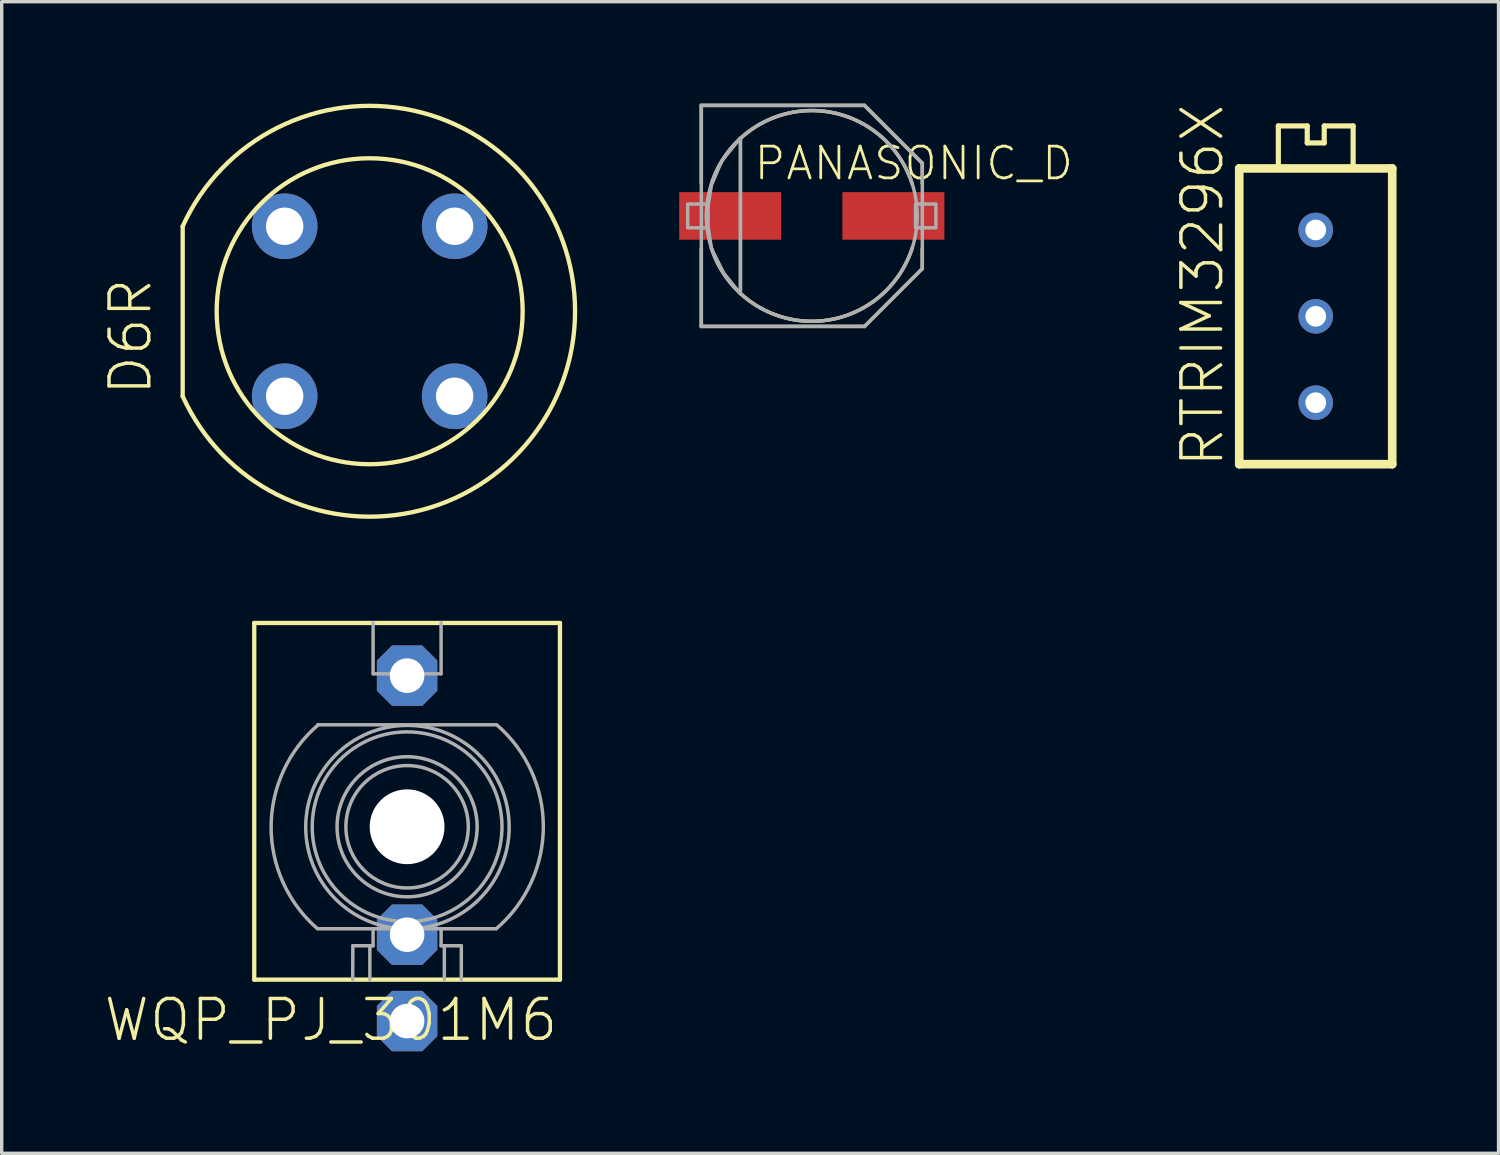
<source format=kicad_pcb>
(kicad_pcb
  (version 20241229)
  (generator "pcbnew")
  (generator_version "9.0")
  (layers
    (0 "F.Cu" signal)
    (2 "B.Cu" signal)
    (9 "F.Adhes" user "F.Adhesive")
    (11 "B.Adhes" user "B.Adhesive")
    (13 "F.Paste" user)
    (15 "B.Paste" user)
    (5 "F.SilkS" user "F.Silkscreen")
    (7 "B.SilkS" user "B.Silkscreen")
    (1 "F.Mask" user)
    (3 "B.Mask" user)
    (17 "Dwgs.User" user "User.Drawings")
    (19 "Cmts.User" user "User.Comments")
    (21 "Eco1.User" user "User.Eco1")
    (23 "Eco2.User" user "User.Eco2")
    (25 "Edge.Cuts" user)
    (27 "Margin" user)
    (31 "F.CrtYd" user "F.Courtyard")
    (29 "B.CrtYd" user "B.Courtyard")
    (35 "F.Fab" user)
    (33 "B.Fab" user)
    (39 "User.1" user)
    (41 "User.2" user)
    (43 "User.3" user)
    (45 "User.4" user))
  (footprint "PANASONIC_D"
    (layer "F.Cu")
    (at 20.828 3.301)
    (property "Reference" "PANASONIC_D" (at -1.75 -1 0) (layer "F.SilkS") (effects (font (size 0.935 0.935) (thickness 0.081)) (justify left bottom)))
    (fp_line (start -3.25 -3.25) (end 1.55 -3.25) (stroke (width 0.102) (type solid)) (layer "F.SilkS"))
    (fp_line (start -3.25 -0.95) (end -3.25 -3.25) (stroke (width 0.102) (type solid)) (layer "F.SilkS"))
    (fp_line (start -3.25 3.25) (end -3.25 0.95) (stroke (width 0.102) (type solid)) (layer "F.SilkS"))
    (fp_line (start 1.55 -3.25) (end 3.25 -1.55) (stroke (width 0.102) (type solid)) (layer "F.SilkS"))
    (fp_line (start 1.55 3.25) (end -3.25 3.25) (stroke (width 0.102) (type solid)) (layer "F.SilkS"))
    (fp_line (start 3.25 -1.55) (end 3.25 -0.95) (stroke (width 0.102) (type solid)) (layer "F.SilkS"))
    (fp_line (start 3.25 0.95) (end 3.25 1.55) (stroke (width 0.102) (type solid)) (layer "F.SilkS"))
    (fp_line (start 3.25 1.55) (end 1.55 3.25) (stroke (width 0.102) (type solid)) (layer "F.SilkS"))
    (fp_arc (start -2.95 -0.95) (mid 0 -3.099193) (end 2.95 -0.95) (stroke (width 0.1016) (type solid)) (layer "F.SilkS"))
    (fp_arc (start 2.95 0.95) (mid 0 3.099193) (end -2.95 0.95) (stroke (width 0.1016) (type solid)) (layer "F.SilkS"))
    (fp_line (start -3.25 -3.25) (end 1.55 -3.25) (stroke (width 0.102) (type solid)) (layer "F.Fab"))
    (fp_line (start -3.25 3.25) (end -3.25 -3.25) (stroke (width 0.102) (type solid)) (layer "F.Fab"))
    (fp_line (start -2.1 -2.25) (end -2.1 2.2) (stroke (width 0.102) (type solid)) (layer "F.Fab"))
    (fp_line (start 1.55 -3.25) (end 3.25 -1.55) (stroke (width 0.102) (type solid)) (layer "F.Fab"))
    (fp_line (start 1.55 3.25) (end -3.25 3.25) (stroke (width 0.102) (type solid)) (layer "F.Fab"))
    (fp_line (start 3.25 -1.55) (end 3.25 1.55) (stroke (width 0.102) (type solid)) (layer "F.Fab"))
    (fp_line (start 3.25 1.55) (end 1.55 3.25) (stroke (width 0.102) (type solid)) (layer "F.Fab"))
    (fp_circle (center 0 0) (end 3.1 0) (stroke (width 0.102) (type solid)) (fill no) (layer "F.Fab"))
    (fp_poly (pts (xy -3.65 0.35) (xy -3.05 0.35) (xy -3.05 -0.35) (xy -3.65 -0.35)) (stroke (width 0.1) (type solid)) (fill no) (layer "F.Fab"))
    (fp_poly (pts (xy 3.05 0.35) (xy 3.65 0.35) (xy 3.65 -0.35) (xy 3.05 -0.35)) (stroke (width 0.1) (type solid)) (fill no) (layer "F.Fab"))
    (fp_poly (pts (xy -2.099 2.295) (xy -2.593 1.678) (xy -2.949 0.966) (xy -3.101 -0.00022) (xy -2.949 -0.914) (xy -2.644 -1.627) (xy -2.099 -2.292)) (stroke (width 0.1) (type solid)) (fill no) (layer "F.Fab"))
    (pad "+" smd rect (at 2.4 0) (size 3 1.4) (layers "F.Cu" "F.Mask" "F.Paste"))
    (pad "-" smd rect (at -2.4 0) (size 3 1.4) (layers "F.Cu" "F.Mask" "F.Paste")))
  (footprint "RTRIM3296X"
    (layer "F.Cu")
    (at 35.65 6.254)
    (property "Reference" "RTRIM3296X" (at -2.65 4.5 90) (layer "F.SilkS") (effects (font (size 1.168 1.168) (thickness 0.102)) (justify left bottom)))
    (fp_line (start -2.25 -4.35) (end 2.25 -4.35) (stroke (width 0.254) (type solid)) (layer "F.SilkS"))
    (fp_line (start -2.25 4.35) (end -2.25 -4.35) (stroke (width 0.254) (type solid)) (layer "F.SilkS"))
    (fp_line (start -1.1 -5.6) (end -0.25 -5.6) (stroke (width 0.152) (type solid)) (layer "F.SilkS"))
    (fp_line (start -1.1 -4.4) (end -1.1 -5.6) (stroke (width 0.152) (type solid)) (layer "F.SilkS"))
    (fp_line (start -0.25 -5.6) (end -0.25 -5.1) (stroke (width 0.152) (type solid)) (layer "F.SilkS"))
    (fp_line (start -0.25 -5.1) (end 0.25 -5.1) (stroke (width 0.152) (type solid)) (layer "F.SilkS"))
    (fp_line (start 0.25 -5.6) (end 1.1 -5.6) (stroke (width 0.152) (type solid)) (layer "F.SilkS"))
    (fp_line (start 0.25 -5.1) (end 0.25 -5.6) (stroke (width 0.152) (type solid)) (layer "F.SilkS"))
    (fp_line (start 1.1 -5.6) (end 1.1 -4.4) (stroke (width 0.152) (type solid)) (layer "F.SilkS"))
    (fp_line (start 2.25 -4.35) (end 2.25 4.35) (stroke (width 0.254) (type solid)) (layer "F.SilkS"))
    (fp_line (start 2.25 4.35) (end -2.25 4.35) (stroke (width 0.254) (type solid)) (layer "F.SilkS"))
    (pad "1" thru_hole circle (at 0 2.54) (size 1.016 1.016) (drill 0.61) (layers "*.Cu" "*.Mask"))
    (pad "2" thru_hole circle (at 0 0) (size 1.016 1.016) (drill 0.61) (layers "*.Cu" "*.Mask"))
    (pad "3" thru_hole circle (at 0 -2.54) (size 1.016 1.016) (drill 0.61) (layers "*.Cu" "*.Mask")))
  (footprint "D6R"
    (layer "F.Cu")
    (at 7.823 6.105)
    (property "Reference" "D6R" (at -6.35 2.54 90) (layer "F.SilkS") (effects (font (size 1.168 1.168) (thickness 0.102)) (justify left bottom)))
    (fp_line (start -5.5 -2.5) (end -5.5 2.5) (stroke (width 0.127) (type solid)) (layer "F.SilkS"))
    (fp_arc (start -5.5 -2.5) (mid 6.041523 0) (end -5.5 2.5) (stroke (width 0.127) (type solid)) (layer "F.SilkS"))
    (fp_circle (center 0 0) (end 4.5 0) (stroke (width 0.127) (type solid)) (fill no) (layer "F.SilkS"))
    (pad "A1" thru_hole circle (at -2.5 -2.5) (size 1.93 1.93) (drill 1.1) (layers "*.Cu" "*.Mask"))
    (pad "A2" thru_hole circle (at 2.5 -2.5) (size 1.93 1.93) (drill 1.1) (layers "*.Cu" "*.Mask"))
    (pad "B1" thru_hole circle (at -2.5 2.5) (size 1.93 1.93) (drill 1.1) (layers "*.Cu" "*.Mask"))
    (pad "B2" thru_hole circle (at 2.5 2.5) (size 1.93 1.93) (drill 1.1) (layers "*.Cu" "*.Mask")))
  (footprint "WQP_PJ_301M6"
    (layer "F.Cu")
    (at 8.924 21.268)
    (property "Reference" "WQP_PJ_301M6" (at 4.5 5 0) (layer "F.SilkS") (effects (font (size 1.168 1.168) (thickness 0.102)) (justify right top)))
    (fp_line (start -4.496 -5.994) (end 4.496 -5.994) (stroke (width 0.127) (type solid)) (layer "F.SilkS"))
    (fp_line (start -4.496 4.496) (end -4.496 -5.994) (stroke (width 0.127) (type solid)) (layer "F.SilkS"))
    (fp_line (start 4.496 -5.994) (end 4.496 4.496) (stroke (width 0.127) (type solid)) (layer "F.SilkS"))
    (fp_line (start 4.496 4.496) (end -4.496 4.496) (stroke (width 0.127) (type solid)) (layer "F.SilkS"))
    (fp_line (start -2.631 -3) (end 2.62 -3) (stroke (width 0.102) (type solid)) (layer "F.Fab"))
    (fp_line (start -2.631 3) (end 2.62 3) (stroke (width 0.102) (type solid)) (layer "F.Fab"))
    (fp_line (start -1.6 4.496) (end -1.595 3.5) (stroke (width 0.102) (type solid)) (layer "F.Fab"))
    (fp_line (start -1.595 3.5) (end -1.095 3.5) (stroke (width 0.102) (type solid)) (layer "F.Fab"))
    (fp_line (start -1.095 3.5) (end -1.095 4.5) (stroke (width 0.102) (type solid)) (layer "F.Fab"))
    (fp_line (start -1.095 3.5) (end -1 3.5) (stroke (width 0.102) (type solid)) (layer "F.Fab"))
    (fp_line (start -1 -4.5) (end -1 -6) (stroke (width 0.102) (type solid)) (layer "F.Fab"))
    (fp_line (start -1 0) (end 1 0) (stroke (width 0.102) (type solid)) (layer "F.Fab"))
    (fp_line (start -1 3.5) (end -1 3) (stroke (width 0.102) (type solid)) (layer "F.Fab"))
    (fp_line (start 0 -1) (end 0 1) (stroke (width 0.102) (type solid)) (layer "F.Fab"))
    (fp_line (start 1 -6) (end 1 -4.5) (stroke (width 0.102) (type solid)) (layer "F.Fab"))
    (fp_line (start 1 -4.5) (end -1 -4.5) (stroke (width 0.102) (type solid)) (layer "F.Fab"))
    (fp_line (start 1 3) (end 1 3.5) (stroke (width 0.102) (type solid)) (layer "F.Fab"))
    (fp_line (start 1 3.5) (end 1.095 3.5) (stroke (width 0.102) (type solid)) (layer "F.Fab"))
    (fp_line (start 1.095 3.5) (end 1.095 4.5) (stroke (width 0.102) (type solid)) (layer "F.Fab"))
    (fp_line (start 1.095 3.5) (end 1.595 3.5) (stroke (width 0.102) (type solid)) (layer "F.Fab"))
    (fp_line (start 1.595 3.5) (end 1.595 4.5) (stroke (width 0.102) (type solid)) (layer "F.Fab"))
    (fp_arc (start -2.641998 2.994) (mid -3.999529 -0.012791) (end -2.608 -3.004) (stroke (width 0.1016) (type solid)) (layer "F.Fab"))
    (fp_arc (start 2.642 -2.994) (mid 4.007235 0.003208) (end 2.628 2.994) (stroke (width 0.1016) (type solid)) (layer "F.Fab"))
    (fp_circle (center 0 0) (end 1.8 0) (stroke (width 0.102) (type solid)) (fill no) (layer "F.Fab"))
    (fp_circle (center 0 0) (end 2.06 0) (stroke (width 0.102) (type solid)) (fill no) (layer "F.Fab"))
    (fp_circle (center 0 0) (end 2.791 0) (stroke (width 0.102) (type solid)) (fill no) (layer "F.Fab"))
    (fp_circle (center 0.01 0.01) (end 3.002 0.01) (stroke (width 0.102) (type solid)) (fill no) (layer "F.Fab"))
    (pad "" np_thru_hole circle (at 0 0) (size 2.2 2.2) (drill 2.2) (layers "*.Cu" "*.Mask"))
    (pad "P1" thru_hole roundrect (at 0 5.715) (size 1.778 1.778) (drill 1.016) (layers "*.Cu" "*.Mask") (roundrect_rratio 0.25) (chamfer_ratio 0.25) (chamfer top_left top_right bottom_left bottom_right))
    (pad "P2" thru_hole roundrect (at 0 3.175) (size 1.778 1.778) (drill 1.016) (layers "*.Cu" "*.Mask") (roundrect_rratio 0.25) (chamfer_ratio 0.25) (chamfer top_left top_right bottom_left bottom_right))
    (pad "P3" thru_hole roundrect (at 0 -4.445) (size 1.778 1.778) (drill 1.016) (layers "*.Cu" "*.Mask") (roundrect_rratio 0.25) (chamfer_ratio 0.25) (chamfer top_left top_right bottom_left bottom_right)))
  (gr_rect
    (start -3 -3)
    (end 41.027 30.872)
    (stroke (width 0.1) (type default))
    (fill no)
    (layer "Edge.Cuts")))
</source>
